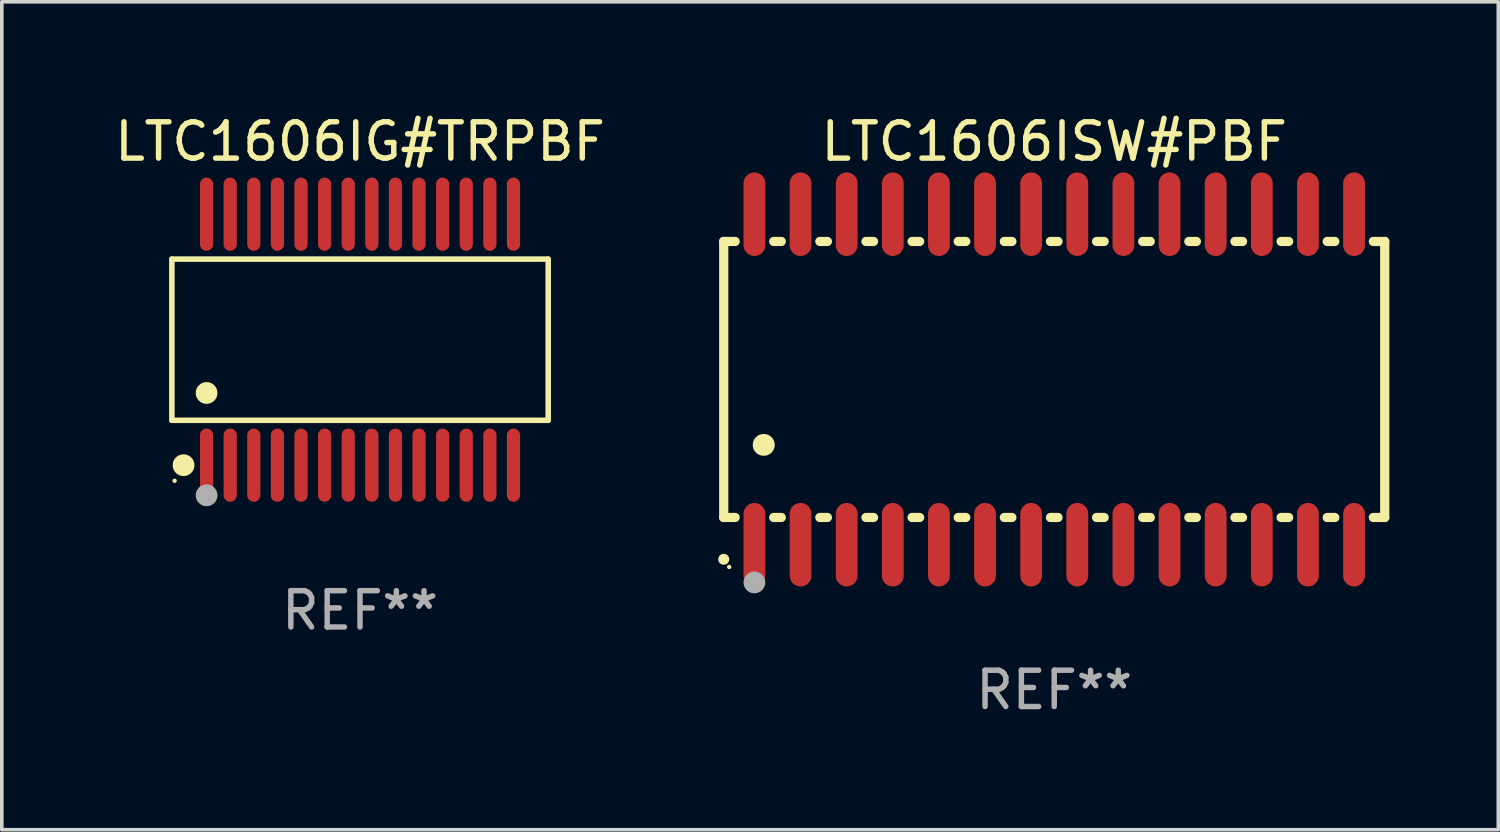
<source format=kicad_pcb>
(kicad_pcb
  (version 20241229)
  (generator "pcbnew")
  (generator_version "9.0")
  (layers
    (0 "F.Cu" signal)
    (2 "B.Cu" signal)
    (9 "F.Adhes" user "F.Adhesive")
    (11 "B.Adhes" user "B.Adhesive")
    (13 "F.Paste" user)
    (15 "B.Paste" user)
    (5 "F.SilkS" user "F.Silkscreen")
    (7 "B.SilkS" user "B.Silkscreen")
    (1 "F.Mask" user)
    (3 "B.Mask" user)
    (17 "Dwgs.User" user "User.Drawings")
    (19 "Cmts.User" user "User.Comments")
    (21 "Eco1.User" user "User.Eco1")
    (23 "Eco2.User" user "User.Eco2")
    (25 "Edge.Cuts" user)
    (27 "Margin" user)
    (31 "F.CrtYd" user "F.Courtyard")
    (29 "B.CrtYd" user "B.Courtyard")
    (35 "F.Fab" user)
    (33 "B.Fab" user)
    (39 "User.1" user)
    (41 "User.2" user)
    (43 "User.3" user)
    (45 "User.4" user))
  (footprint "LTC1606IG#TRPBF"
    (layer "F.Cu")
    (at 6.863 6.303)
    (property "Reference" "LTC1606IG#TRPBF" (at 0 -5.455 0) (layer "F.SilkS") (effects (font (size 1 1) (thickness 0.15))))
    (attr through_hole)
    (fp_line (start -5.181 -2.219) (end 5.181 -2.219) (stroke (width 0.152) (type solid)) (layer "F.SilkS"))
    (fp_line (start -5.181 2.219) (end -5.181 -2.219) (stroke (width 0.152) (type solid)) (layer "F.SilkS"))
    (fp_line (start 5.181 -2.219) (end 5.181 2.219) (stroke (width 0.152) (type solid)) (layer "F.SilkS"))
    (fp_line (start 5.181 2.219) (end -5.181 2.219) (stroke (width 0.152) (type solid)) (layer "F.SilkS"))
    (fp_circle (center -5.105 3.885) (end -5.075 3.885) (stroke (width 0.06) (type solid)) (fill no) (layer "F.SilkS"))
    (fp_circle (center -4.859 3.455) (end -4.709 3.455) (stroke (width 0.3) (type solid)) (fill no) (layer "F.SilkS"))
    (fp_circle (center -4.225 1.467) (end -4.075 1.467) (stroke (width 0.3) (type solid)) (fill no) (layer "F.SilkS"))
    (fp_circle (center -4.225 4.285) (end -4.075 4.285) (stroke (width 0.3) (type solid)) (fill no) (layer "F.Fab"))
    (fp_text user "REF**" (at 0 7.455 0) (layer "F.Fab") (effects (font (size 1 1) (thickness 0.15))))
    (pad "1" smd oval (at -4.225 3.455) (size 0.364 2.015) (layers "F.Cu" "F.Mask" "F.Paste"))
    (pad "2" smd oval (at -3.575 3.455) (size 0.364 2.015) (layers "F.Cu" "F.Mask" "F.Paste"))
    (pad "3" smd oval (at -2.925 3.455) (size 0.364 2.015) (layers "F.Cu" "F.Mask" "F.Paste"))
    (pad "4" smd oval (at -2.275 3.455) (size 0.364 2.015) (layers "F.Cu" "F.Mask" "F.Paste"))
    (pad "5" smd oval (at -1.625 3.455) (size 0.364 2.015) (layers "F.Cu" "F.Mask" "F.Paste"))
    (pad "6" smd oval (at -0.975 3.455) (size 0.364 2.015) (layers "F.Cu" "F.Mask" "F.Paste"))
    (pad "7" smd oval (at -0.325 3.455) (size 0.364 2.015) (layers "F.Cu" "F.Mask" "F.Paste"))
    (pad "8" smd oval (at 0.325 3.455) (size 0.364 2.015) (layers "F.Cu" "F.Mask" "F.Paste"))
    (pad "9" smd oval (at 0.975 3.455) (size 0.364 2.015) (layers "F.Cu" "F.Mask" "F.Paste"))
    (pad "10" smd oval (at 1.625 3.455) (size 0.364 2.015) (layers "F.Cu" "F.Mask" "F.Paste"))
    (pad "11" smd oval (at 2.275 3.455) (size 0.364 2.015) (layers "F.Cu" "F.Mask" "F.Paste"))
    (pad "12" smd oval (at 2.925 3.455) (size 0.364 2.015) (layers "F.Cu" "F.Mask" "F.Paste"))
    (pad "13" smd oval (at 3.575 3.455) (size 0.364 2.015) (layers "F.Cu" "F.Mask" "F.Paste"))
    (pad "14" smd oval (at 4.225 3.455) (size 0.364 2.015) (layers "F.Cu" "F.Mask" "F.Paste"))
    (pad "15" smd oval (at 4.225 -3.455) (size 0.364 2.015) (layers "F.Cu" "F.Mask" "F.Paste"))
    (pad "16" smd oval (at 3.575 -3.455) (size 0.364 2.015) (layers "F.Cu" "F.Mask" "F.Paste"))
    (pad "17" smd oval (at 2.925 -3.455) (size 0.364 2.015) (layers "F.Cu" "F.Mask" "F.Paste"))
    (pad "18" smd oval (at 2.275 -3.455) (size 0.364 2.015) (layers "F.Cu" "F.Mask" "F.Paste"))
    (pad "19" smd oval (at 1.625 -3.455) (size 0.364 2.015) (layers "F.Cu" "F.Mask" "F.Paste"))
    (pad "20" smd oval (at 0.975 -3.455) (size 0.364 2.015) (layers "F.Cu" "F.Mask" "F.Paste"))
    (pad "21" smd oval (at 0.325 -3.455) (size 0.364 2.015) (layers "F.Cu" "F.Mask" "F.Paste"))
    (pad "22" smd oval (at -0.325 -3.455) (size 0.364 2.015) (layers "F.Cu" "F.Mask" "F.Paste"))
    (pad "23" smd oval (at -0.975 -3.455) (size 0.364 2.015) (layers "F.Cu" "F.Mask" "F.Paste"))
    (pad "24" smd oval (at -1.625 -3.455) (size 0.364 2.015) (layers "F.Cu" "F.Mask" "F.Paste"))
    (pad "25" smd oval (at -2.275 -3.455) (size 0.364 2.015) (layers "F.Cu" "F.Mask" "F.Paste"))
    (pad "26" smd oval (at -2.925 -3.455) (size 0.364 2.015) (layers "F.Cu" "F.Mask" "F.Paste"))
    (pad "27" smd oval (at -3.575 -3.455) (size 0.364 2.015) (layers "F.Cu" "F.Mask" "F.Paste"))
    (pad "28" smd oval (at -4.225 -3.455) (size 0.364 2.015) (layers "F.Cu" "F.Mask" "F.Paste")))
  (footprint "LTC1606ISW#PBF"
    (layer "F.Cu")
    (at 25.977 7.398)
    (property "Reference" "LTC1606ISW#PBF" (at 0 -6.55 0) (layer "F.SilkS") (effects (font (size 1 1) (thickness 0.15))))
    (attr through_hole)
    (fp_line (start -9.1 -3.8) (end -9.1 3.8) (stroke (width 0.254) (type solid)) (layer "F.SilkS"))
    (fp_line (start -9.1 -3.8) (end -8.786 -3.8) (stroke (width 0.254) (type solid)) (layer "F.SilkS"))
    (fp_line (start -9.1 3.8) (end -8.786 3.8) (stroke (width 0.254) (type solid)) (layer "F.SilkS"))
    (fp_line (start -7.724 -3.8) (end -7.516 -3.8) (stroke (width 0.254) (type solid)) (layer "F.SilkS"))
    (fp_line (start -7.724 3.8) (end -7.516 3.8) (stroke (width 0.254) (type solid)) (layer "F.SilkS"))
    (fp_line (start -6.454 -3.8) (end -6.246 -3.8) (stroke (width 0.254) (type solid)) (layer "F.SilkS"))
    (fp_line (start -6.454 3.8) (end -6.246 3.8) (stroke (width 0.254) (type solid)) (layer "F.SilkS"))
    (fp_line (start -5.184 -3.8) (end -4.976 -3.8) (stroke (width 0.254) (type solid)) (layer "F.SilkS"))
    (fp_line (start -5.184 3.8) (end -4.976 3.8) (stroke (width 0.254) (type solid)) (layer "F.SilkS"))
    (fp_line (start -3.914 -3.8) (end -3.706 -3.8) (stroke (width 0.254) (type solid)) (layer "F.SilkS"))
    (fp_line (start -3.914 3.8) (end -3.706 3.8) (stroke (width 0.254) (type solid)) (layer "F.SilkS"))
    (fp_line (start -2.644 -3.8) (end -2.436 -3.8) (stroke (width 0.254) (type solid)) (layer "F.SilkS"))
    (fp_line (start -2.644 3.8) (end -2.436 3.8) (stroke (width 0.254) (type solid)) (layer "F.SilkS"))
    (fp_line (start -1.374 -3.8) (end -1.166 -3.8) (stroke (width 0.254) (type solid)) (layer "F.SilkS"))
    (fp_line (start -1.374 3.8) (end -1.166 3.8) (stroke (width 0.254) (type solid)) (layer "F.SilkS"))
    (fp_line (start -0.104 -3.8) (end 0.104 -3.8) (stroke (width 0.254) (type solid)) (layer "F.SilkS"))
    (fp_line (start -0.104 3.8) (end 0.104 3.8) (stroke (width 0.254) (type solid)) (layer "F.SilkS"))
    (fp_line (start 1.166 -3.8) (end 1.374 -3.8) (stroke (width 0.254) (type solid)) (layer "F.SilkS"))
    (fp_line (start 1.166 3.8) (end 1.374 3.8) (stroke (width 0.254) (type solid)) (layer "F.SilkS"))
    (fp_line (start 2.436 -3.8) (end 2.644 -3.8) (stroke (width 0.254) (type solid)) (layer "F.SilkS"))
    (fp_line (start 2.436 3.8) (end 2.644 3.8) (stroke (width 0.254) (type solid)) (layer "F.SilkS"))
    (fp_line (start 3.706 -3.8) (end 3.914 -3.8) (stroke (width 0.254) (type solid)) (layer "F.SilkS"))
    (fp_line (start 3.706 3.8) (end 3.914 3.8) (stroke (width 0.254) (type solid)) (layer "F.SilkS"))
    (fp_line (start 4.976 -3.8) (end 5.184 -3.8) (stroke (width 0.254) (type solid)) (layer "F.SilkS"))
    (fp_line (start 4.976 3.8) (end 5.184 3.8) (stroke (width 0.254) (type solid)) (layer "F.SilkS"))
    (fp_line (start 6.246 -3.8) (end 6.454 -3.8) (stroke (width 0.254) (type solid)) (layer "F.SilkS"))
    (fp_line (start 6.246 3.8) (end 6.454 3.8) (stroke (width 0.254) (type solid)) (layer "F.SilkS"))
    (fp_line (start 7.516 -3.8) (end 7.724 -3.8) (stroke (width 0.254) (type solid)) (layer "F.SilkS"))
    (fp_line (start 7.516 3.8) (end 7.724 3.8) (stroke (width 0.254) (type solid)) (layer "F.SilkS"))
    (fp_line (start 8.786 -3.8) (end 9.1 -3.8) (stroke (width 0.254) (type solid)) (layer "F.SilkS"))
    (fp_line (start 8.786 3.8) (end 9.1 3.8) (stroke (width 0.254) (type solid)) (layer "F.SilkS"))
    (fp_line (start 9.1 -3.8) (end 9.1 3.8) (stroke (width 0.254) (type solid)) (layer "F.SilkS"))
    (fp_arc (start -9.100864 4.95047) (mid -9.099594 4.950465) (end -9.098324 4.95047) (stroke (width 0.3) (type solid)) (layer "F.SilkS"))
    (fp_arc (start -8.001041 1.800864) (mid -7.998501 1.800853) (end -7.995961 1.800864) (stroke (width 0.6) (type solid)) (layer "F.SilkS"))
    (fp_circle (center -8.95 5.163) (end -8.92 5.163) (stroke (width 0.06) (type solid)) (fill no) (layer "F.SilkS"))
    (fp_circle (center -8.255 5.588) (end -8.105 5.588) (stroke (width 0.3) (type solid)) (fill no) (layer "F.Fab"))
    (fp_text user "REF**" (at 0 8.55 0) (layer "F.Fab") (effects (font (size 1 1) (thickness 0.15))))
    (pad "1" smd oval (at -8.255 4.55 180) (size 0.6 2.3) (layers "F.Cu" "F.Mask" "F.Paste"))
    (pad "2" smd oval (at -6.985 4.55 180) (size 0.6 2.3) (layers "F.Cu" "F.Mask" "F.Paste"))
    (pad "3" smd oval (at -5.715 4.55 180) (size 0.6 2.3) (layers "F.Cu" "F.Mask" "F.Paste"))
    (pad "4" smd oval (at -4.445 4.55 180) (size 0.6 2.3) (layers "F.Cu" "F.Mask" "F.Paste"))
    (pad "5" smd oval (at -3.175 4.55 180) (size 0.6 2.3) (layers "F.Cu" "F.Mask" "F.Paste"))
    (pad "6" smd oval (at -1.905 4.55 180) (size 0.6 2.3) (layers "F.Cu" "F.Mask" "F.Paste"))
    (pad "7" smd oval (at -0.635 4.55 180) (size 0.6 2.3) (layers "F.Cu" "F.Mask" "F.Paste"))
    (pad "8" smd oval (at 0.635 4.55 180) (size 0.6 2.3) (layers "F.Cu" "F.Mask" "F.Paste"))
    (pad "9" smd oval (at 1.905 4.55 180) (size 0.6 2.3) (layers "F.Cu" "F.Mask" "F.Paste"))
    (pad "10" smd oval (at 3.175 4.55 180) (size 0.6 2.3) (layers "F.Cu" "F.Mask" "F.Paste"))
    (pad "11" smd oval (at 4.445 4.55 180) (size 0.6 2.3) (layers "F.Cu" "F.Mask" "F.Paste"))
    (pad "12" smd oval (at 5.715 4.55 180) (size 0.6 2.3) (layers "F.Cu" "F.Mask" "F.Paste"))
    (pad "13" smd oval (at 6.985 4.55 180) (size 0.6 2.3) (layers "F.Cu" "F.Mask" "F.Paste"))
    (pad "14" smd oval (at 8.255 4.55 180) (size 0.6 2.3) (layers "F.Cu" "F.Mask" "F.Paste"))
    (pad "15" smd oval (at 8.255 -4.55 180) (size 0.6 2.3) (layers "F.Cu" "F.Mask" "F.Paste"))
    (pad "16" smd oval (at 6.985 -4.55 180) (size 0.6 2.3) (layers "F.Cu" "F.Mask" "F.Paste"))
    (pad "17" smd oval (at 5.715 -4.55 180) (size 0.6 2.3) (layers "F.Cu" "F.Mask" "F.Paste"))
    (pad "18" smd oval (at 4.445 -4.55 180) (size 0.6 2.3) (layers "F.Cu" "F.Mask" "F.Paste"))
    (pad "19" smd oval (at 3.175 -4.55 180) (size 0.6 2.3) (layers "F.Cu" "F.Mask" "F.Paste"))
    (pad "20" smd oval (at 1.905 -4.55 180) (size 0.6 2.3) (layers "F.Cu" "F.Mask" "F.Paste"))
    (pad "21" smd oval (at 0.635 -4.55 180) (size 0.6 2.3) (layers "F.Cu" "F.Mask" "F.Paste"))
    (pad "22" smd oval (at -0.635 -4.55 180) (size 0.6 2.3) (layers "F.Cu" "F.Mask" "F.Paste"))
    (pad "23" smd oval (at -1.905 -4.55 180) (size 0.6 2.3) (layers "F.Cu" "F.Mask" "F.Paste"))
    (pad "24" smd oval (at -3.175 -4.55 180) (size 0.6 2.3) (layers "F.Cu" "F.Mask" "F.Paste"))
    (pad "25" smd oval (at -4.445 -4.55 180) (size 0.6 2.3) (layers "F.Cu" "F.Mask" "F.Paste"))
    (pad "26" smd oval (at -5.715 -4.55 180) (size 0.6 2.3) (layers "F.Cu" "F.Mask" "F.Paste"))
    (pad "27" smd oval (at -6.985 -4.55 180) (size 0.6 2.3) (layers "F.Cu" "F.Mask" "F.Paste"))
    (pad "28" smd oval (at -8.255 -4.55 180) (size 0.6 2.3) (layers "F.Cu" "F.Mask" "F.Paste")))
  (gr_rect
    (start -3 -3)
    (end 38.204 19.796)
    (stroke (width 0.1) (type default))
    (fill no)
    (layer "Edge.Cuts")))
</source>
